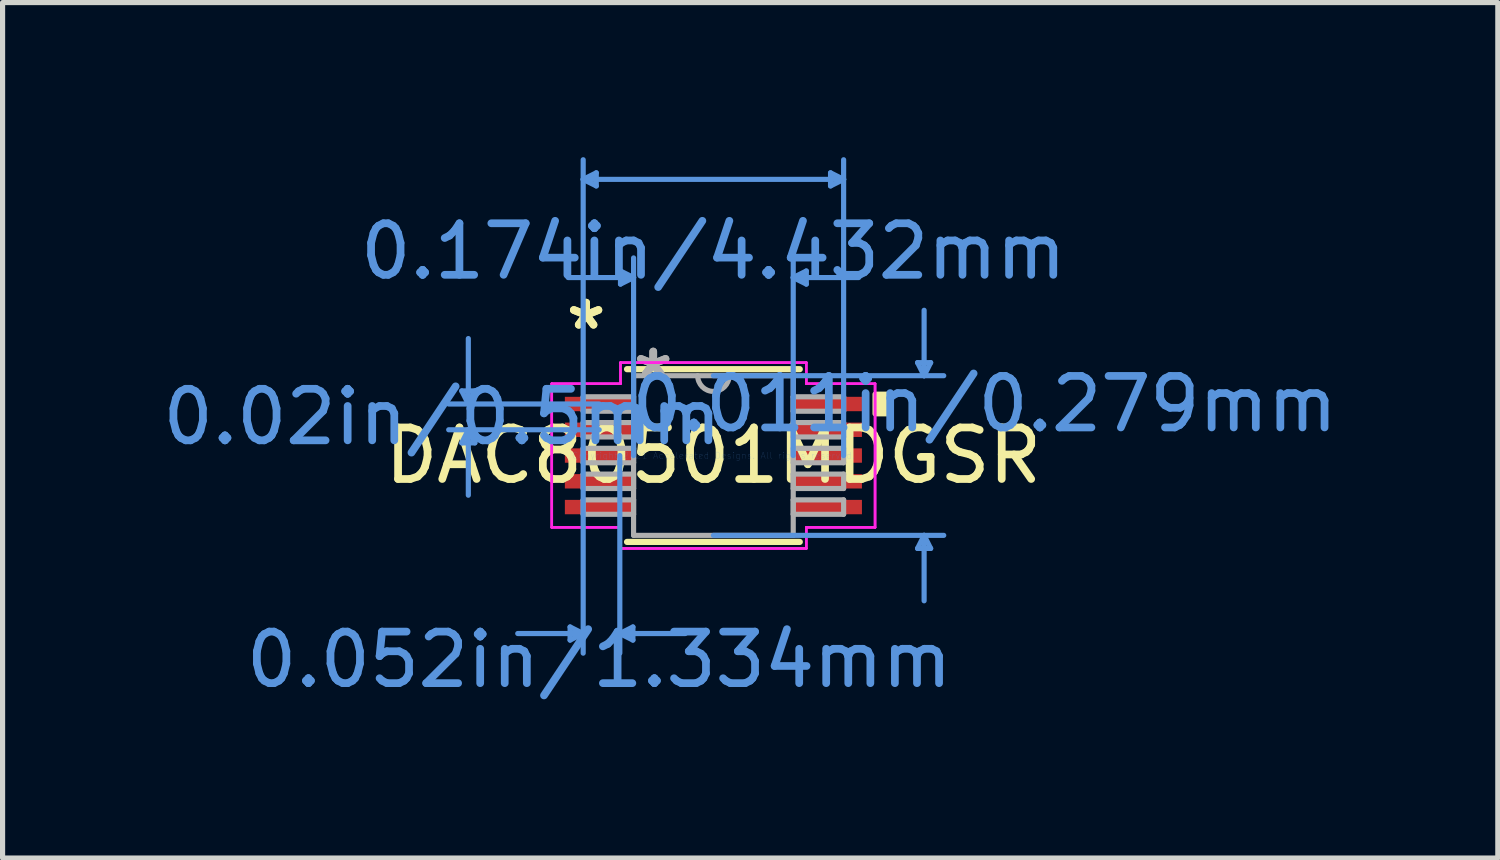
<source format=kicad_pcb>
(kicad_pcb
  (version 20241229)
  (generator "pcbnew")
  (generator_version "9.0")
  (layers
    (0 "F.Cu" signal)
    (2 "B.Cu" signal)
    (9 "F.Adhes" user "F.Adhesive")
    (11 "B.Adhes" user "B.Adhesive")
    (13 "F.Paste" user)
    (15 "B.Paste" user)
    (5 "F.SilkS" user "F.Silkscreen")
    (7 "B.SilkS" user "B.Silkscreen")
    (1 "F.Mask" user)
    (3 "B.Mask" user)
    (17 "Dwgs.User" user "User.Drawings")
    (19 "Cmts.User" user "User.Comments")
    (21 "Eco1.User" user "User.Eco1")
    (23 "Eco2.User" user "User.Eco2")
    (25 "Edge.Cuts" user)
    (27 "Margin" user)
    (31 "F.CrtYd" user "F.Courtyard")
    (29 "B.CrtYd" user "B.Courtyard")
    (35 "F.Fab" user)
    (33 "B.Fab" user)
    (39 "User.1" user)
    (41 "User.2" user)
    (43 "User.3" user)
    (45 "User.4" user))
  (footprint "DAC80501MDGSR"
    (layer "F.Cu")
    (at 10.794 5.79)
    (property "Reference" "DAC80501MDGSR" (at 0 0 0) (layer "F.SilkS") (effects (font (size 1 1) (thickness 0.15))))
    (attr through_hole)
    (fp_line (start -1.676 1.676) (end 1.676 1.676) (stroke (width 0.12) (type solid)) (layer "F.SilkS"))
    (fp_line (start 1.676 -1.676) (end -1.676 -1.676) (stroke (width 0.12) (type solid)) (layer "F.SilkS"))
    (fp_poly (pts (xy 3.391 -1.191) (xy 3.391 -0.81) (xy 3.137 -0.81) (xy 3.137 -1.191)) (stroke (width 0.1) (type solid)) (fill yes) (layer "F.SilkS"))
    (fp_line (start -4.883 -1.254) (end -4.629 -1.254) (stroke (width 0.1) (type solid)) (layer "Cmts.User"))
    (fp_line (start -4.883 -0.246) (end -4.629 -0.246) (stroke (width 0.1) (type solid)) (layer "Cmts.User"))
    (fp_line (start -4.756 -1) (end -4.883 -1.254) (stroke (width 0.1) (type solid)) (layer "Cmts.User"))
    (fp_line (start -4.756 -1) (end -4.756 -2.27) (stroke (width 0.1) (type solid)) (layer "Cmts.User"))
    (fp_line (start -4.756 -1) (end -4.629 -1.254) (stroke (width 0.1) (type solid)) (layer "Cmts.User"))
    (fp_line (start -4.756 -0.5) (end -4.883 -0.246) (stroke (width 0.1) (type solid)) (layer "Cmts.User"))
    (fp_line (start -4.756 -0.5) (end -4.756 0.77) (stroke (width 0.1) (type solid)) (layer "Cmts.User"))
    (fp_line (start -4.756 -0.5) (end -4.629 -0.246) (stroke (width 0.1) (type solid)) (layer "Cmts.User"))
    (fp_line (start -2.781 3.327) (end -2.781 3.581) (stroke (width 0.1) (type solid)) (layer "Cmts.User"))
    (fp_line (start -2.527 -5.359) (end -2.273 -5.486) (stroke (width 0.1) (type solid)) (layer "Cmts.User"))
    (fp_line (start -2.527 -5.359) (end -2.273 -5.232) (stroke (width 0.1) (type solid)) (layer "Cmts.User"))
    (fp_line (start -2.527 -5.359) (end 2.527 -5.359) (stroke (width 0.1) (type solid)) (layer "Cmts.User"))
    (fp_line (start -2.527 0) (end -2.527 -5.74) (stroke (width 0.1) (type solid)) (layer "Cmts.User"))
    (fp_line (start -2.527 0) (end -2.527 3.835) (stroke (width 0.1) (type solid)) (layer "Cmts.User"))
    (fp_line (start -2.527 3.454) (end -3.797 3.454) (stroke (width 0.1) (type solid)) (layer "Cmts.User"))
    (fp_line (start -2.527 3.454) (end -2.781 3.327) (stroke (width 0.1) (type solid)) (layer "Cmts.User"))
    (fp_line (start -2.527 3.454) (end -2.781 3.581) (stroke (width 0.1) (type solid)) (layer "Cmts.User"))
    (fp_line (start -2.273 -5.486) (end -2.273 -5.232) (stroke (width 0.1) (type solid)) (layer "Cmts.User"))
    (fp_line (start -2.216 -1) (end -5.137 -1) (stroke (width 0.1) (type solid)) (layer "Cmts.User"))
    (fp_line (start -2.216 -0.5) (end -5.137 -0.5) (stroke (width 0.1) (type solid)) (layer "Cmts.User"))
    (fp_line (start -1.816 0) (end -1.816 3.835) (stroke (width 0.1) (type solid)) (layer "Cmts.User"))
    (fp_line (start -1.816 3.454) (end -1.562 3.327) (stroke (width 0.1) (type solid)) (layer "Cmts.User"))
    (fp_line (start -1.816 3.454) (end -1.562 3.581) (stroke (width 0.1) (type solid)) (layer "Cmts.User"))
    (fp_line (start -1.816 3.454) (end -0.546 3.454) (stroke (width 0.1) (type solid)) (layer "Cmts.User"))
    (fp_line (start -1.803 -3.581) (end -1.803 -3.327) (stroke (width 0.1) (type solid)) (layer "Cmts.User"))
    (fp_line (start -1.562 3.327) (end -1.562 3.581) (stroke (width 0.1) (type solid)) (layer "Cmts.User"))
    (fp_line (start -1.549 -3.454) (end -2.819 -3.454) (stroke (width 0.1) (type solid)) (layer "Cmts.User"))
    (fp_line (start -1.549 -3.454) (end -1.803 -3.581) (stroke (width 0.1) (type solid)) (layer "Cmts.User"))
    (fp_line (start -1.549 -3.454) (end -1.803 -3.327) (stroke (width 0.1) (type solid)) (layer "Cmts.User"))
    (fp_line (start -1.549 0) (end -1.549 -3.835) (stroke (width 0.1) (type solid)) (layer "Cmts.User"))
    (fp_line (start 0 -1.549) (end 4.47 -1.549) (stroke (width 0.1) (type solid)) (layer "Cmts.User"))
    (fp_line (start 0 1.549) (end 4.47 1.549) (stroke (width 0.1) (type solid)) (layer "Cmts.User"))
    (fp_line (start 1.549 -3.454) (end 1.803 -3.581) (stroke (width 0.1) (type solid)) (layer "Cmts.User"))
    (fp_line (start 1.549 -3.454) (end 1.803 -3.327) (stroke (width 0.1) (type solid)) (layer "Cmts.User"))
    (fp_line (start 1.549 -3.454) (end 2.819 -3.454) (stroke (width 0.1) (type solid)) (layer "Cmts.User"))
    (fp_line (start 1.549 0) (end 1.549 -3.835) (stroke (width 0.1) (type solid)) (layer "Cmts.User"))
    (fp_line (start 1.803 -3.581) (end 1.803 -3.327) (stroke (width 0.1) (type solid)) (layer "Cmts.User"))
    (fp_line (start 2.273 -5.486) (end 2.273 -5.232) (stroke (width 0.1) (type solid)) (layer "Cmts.User"))
    (fp_line (start 2.527 -5.359) (end 2.273 -5.486) (stroke (width 0.1) (type solid)) (layer "Cmts.User"))
    (fp_line (start 2.527 -5.359) (end 2.273 -5.232) (stroke (width 0.1) (type solid)) (layer "Cmts.User"))
    (fp_line (start 2.527 0) (end 2.527 -5.74) (stroke (width 0.1) (type solid)) (layer "Cmts.User"))
    (fp_line (start 3.962 -1.803) (end 4.216 -1.803) (stroke (width 0.1) (type solid)) (layer "Cmts.User"))
    (fp_line (start 3.962 1.803) (end 4.216 1.803) (stroke (width 0.1) (type solid)) (layer "Cmts.User"))
    (fp_line (start 4.089 -1.549) (end 3.962 -1.803) (stroke (width 0.1) (type solid)) (layer "Cmts.User"))
    (fp_line (start 4.089 -1.549) (end 4.089 -2.819) (stroke (width 0.1) (type solid)) (layer "Cmts.User"))
    (fp_line (start 4.089 -1.549) (end 4.216 -1.803) (stroke (width 0.1) (type solid)) (layer "Cmts.User"))
    (fp_line (start 4.089 1.549) (end 3.962 1.803) (stroke (width 0.1) (type solid)) (layer "Cmts.User"))
    (fp_line (start 4.089 1.549) (end 4.089 2.819) (stroke (width 0.1) (type solid)) (layer "Cmts.User"))
    (fp_line (start 4.089 1.549) (end 4.216 1.803) (stroke (width 0.1) (type solid)) (layer "Cmts.User"))
    (fp_line (start -3.137 -1.394) (end -1.803 -1.394) (stroke (width 0.05) (type solid)) (layer "F.CrtYd"))
    (fp_line (start -3.137 -1.394) (end -1.803 -1.394) (stroke (width 0.05) (type solid)) (layer "F.CrtYd"))
    (fp_line (start -3.137 1.394) (end -3.137 -1.394) (stroke (width 0.05) (type solid)) (layer "F.CrtYd"))
    (fp_line (start -3.137 1.394) (end -3.137 -1.394) (stroke (width 0.05) (type solid)) (layer "F.CrtYd"))
    (fp_line (start -3.137 1.394) (end -1.803 1.394) (stroke (width 0.05) (type solid)) (layer "F.CrtYd"))
    (fp_line (start -1.803 -1.803) (end 1.803 -1.803) (stroke (width 0.05) (type solid)) (layer "F.CrtYd"))
    (fp_line (start -1.803 -1.803) (end 1.803 -1.803) (stroke (width 0.05) (type solid)) (layer "F.CrtYd"))
    (fp_line (start -1.803 -1.394) (end -1.803 -1.803) (stroke (width 0.05) (type solid)) (layer "F.CrtYd"))
    (fp_line (start -1.803 -1.394) (end -1.803 -1.803) (stroke (width 0.05) (type solid)) (layer "F.CrtYd"))
    (fp_line (start -1.803 1.394) (end -3.137 1.394) (stroke (width 0.05) (type solid)) (layer "F.CrtYd"))
    (fp_line (start -1.803 1.803) (end -1.803 1.394) (stroke (width 0.05) (type solid)) (layer "F.CrtYd"))
    (fp_line (start -1.803 1.803) (end -1.803 1.394) (stroke (width 0.05) (type solid)) (layer "F.CrtYd"))
    (fp_line (start 1.803 -1.803) (end 1.803 -1.394) (stroke (width 0.05) (type solid)) (layer "F.CrtYd"))
    (fp_line (start 1.803 -1.803) (end 1.803 -1.394) (stroke (width 0.05) (type solid)) (layer "F.CrtYd"))
    (fp_line (start 1.803 -1.394) (end 3.137 -1.394) (stroke (width 0.05) (type solid)) (layer "F.CrtYd"))
    (fp_line (start 1.803 1.394) (end 1.803 1.803) (stroke (width 0.05) (type solid)) (layer "F.CrtYd"))
    (fp_line (start 1.803 1.394) (end 1.803 1.803) (stroke (width 0.05) (type solid)) (layer "F.CrtYd"))
    (fp_line (start 1.803 1.803) (end -1.803 1.803) (stroke (width 0.05) (type solid)) (layer "F.CrtYd"))
    (fp_line (start 1.803 1.803) (end -1.803 1.803) (stroke (width 0.05) (type solid)) (layer "F.CrtYd"))
    (fp_line (start 3.137 -1.394) (end 1.803 -1.394) (stroke (width 0.05) (type solid)) (layer "F.CrtYd"))
    (fp_line (start 3.137 -1.394) (end 3.137 1.394) (stroke (width 0.05) (type solid)) (layer "F.CrtYd"))
    (fp_line (start 3.137 -1.394) (end 3.137 1.394) (stroke (width 0.05) (type solid)) (layer "F.CrtYd"))
    (fp_line (start 3.137 1.394) (end 1.803 1.394) (stroke (width 0.05) (type solid)) (layer "F.CrtYd"))
    (fp_line (start 3.137 1.394) (end 1.803 1.394) (stroke (width 0.05) (type solid)) (layer "F.CrtYd"))
    (fp_line (start -2.527 -1.14) (end -2.527 -0.86) (stroke (width 0.1) (type solid)) (layer "F.Fab"))
    (fp_line (start -2.527 -0.86) (end -1.549 -0.86) (stroke (width 0.1) (type solid)) (layer "F.Fab"))
    (fp_line (start -2.527 -0.64) (end -2.527 -0.36) (stroke (width 0.1) (type solid)) (layer "F.Fab"))
    (fp_line (start -2.527 -0.36) (end -1.549 -0.36) (stroke (width 0.1) (type solid)) (layer "F.Fab"))
    (fp_line (start -2.527 -0.14) (end -2.527 0.14) (stroke (width 0.1) (type solid)) (layer "F.Fab"))
    (fp_line (start -2.527 0.14) (end -1.549 0.14) (stroke (width 0.1) (type solid)) (layer "F.Fab"))
    (fp_line (start -2.527 0.36) (end -2.527 0.64) (stroke (width 0.1) (type solid)) (layer "F.Fab"))
    (fp_line (start -2.527 0.64) (end -1.549 0.64) (stroke (width 0.1) (type solid)) (layer "F.Fab"))
    (fp_line (start -2.527 0.86) (end -2.527 1.14) (stroke (width 0.1) (type solid)) (layer "F.Fab"))
    (fp_line (start -2.527 1.14) (end -1.549 1.14) (stroke (width 0.1) (type solid)) (layer "F.Fab"))
    (fp_line (start -1.549 -1.549) (end -1.549 1.549) (stroke (width 0.1) (type solid)) (layer "F.Fab"))
    (fp_line (start -1.549 -1.14) (end -2.527 -1.14) (stroke (width 0.1) (type solid)) (layer "F.Fab"))
    (fp_line (start -1.549 -0.86) (end -1.549 -1.14) (stroke (width 0.1) (type solid)) (layer "F.Fab"))
    (fp_line (start -1.549 -0.64) (end -2.527 -0.64) (stroke (width 0.1) (type solid)) (layer "F.Fab"))
    (fp_line (start -1.549 -0.36) (end -1.549 -0.64) (stroke (width 0.1) (type solid)) (layer "F.Fab"))
    (fp_line (start -1.549 -0.14) (end -2.527 -0.14) (stroke (width 0.1) (type solid)) (layer "F.Fab"))
    (fp_line (start -1.549 0.14) (end -1.549 -0.14) (stroke (width 0.1) (type solid)) (layer "F.Fab"))
    (fp_line (start -1.549 0.36) (end -2.527 0.36) (stroke (width 0.1) (type solid)) (layer "F.Fab"))
    (fp_line (start -1.549 0.64) (end -1.549 0.36) (stroke (width 0.1) (type solid)) (layer "F.Fab"))
    (fp_line (start -1.549 0.86) (end -2.527 0.86) (stroke (width 0.1) (type solid)) (layer "F.Fab"))
    (fp_line (start -1.549 1.14) (end -1.549 0.86) (stroke (width 0.1) (type solid)) (layer "F.Fab"))
    (fp_line (start -1.549 1.549) (end 1.549 1.549) (stroke (width 0.1) (type solid)) (layer "F.Fab"))
    (fp_line (start 1.549 -1.549) (end -1.549 -1.549) (stroke (width 0.1) (type solid)) (layer "F.Fab"))
    (fp_line (start 1.549 -1.14) (end 1.549 -0.86) (stroke (width 0.1) (type solid)) (layer "F.Fab"))
    (fp_line (start 1.549 -0.86) (end 2.527 -0.86) (stroke (width 0.1) (type solid)) (layer "F.Fab"))
    (fp_line (start 1.549 -0.64) (end 1.549 -0.36) (stroke (width 0.1) (type solid)) (layer "F.Fab"))
    (fp_line (start 1.549 -0.36) (end 2.527 -0.36) (stroke (width 0.1) (type solid)) (layer "F.Fab"))
    (fp_line (start 1.549 -0.14) (end 1.549 0.14) (stroke (width 0.1) (type solid)) (layer "F.Fab"))
    (fp_line (start 1.549 0.14) (end 2.527 0.14) (stroke (width 0.1) (type solid)) (layer "F.Fab"))
    (fp_line (start 1.549 0.36) (end 1.549 0.64) (stroke (width 0.1) (type solid)) (layer "F.Fab"))
    (fp_line (start 1.549 0.64) (end 2.527 0.64) (stroke (width 0.1) (type solid)) (layer "F.Fab"))
    (fp_line (start 1.549 0.86) (end 1.549 1.14) (stroke (width 0.1) (type solid)) (layer "F.Fab"))
    (fp_line (start 1.549 1.14) (end 2.527 1.14) (stroke (width 0.1) (type solid)) (layer "F.Fab"))
    (fp_line (start 1.549 1.549) (end 1.549 -1.549) (stroke (width 0.1) (type solid)) (layer "F.Fab"))
    (fp_line (start 2.527 -1.14) (end 1.549 -1.14) (stroke (width 0.1) (type solid)) (layer "F.Fab"))
    (fp_line (start 2.527 -0.86) (end 2.527 -1.14) (stroke (width 0.1) (type solid)) (layer "F.Fab"))
    (fp_line (start 2.527 -0.64) (end 1.549 -0.64) (stroke (width 0.1) (type solid)) (layer "F.Fab"))
    (fp_line (start 2.527 -0.36) (end 2.527 -0.64) (stroke (width 0.1) (type solid)) (layer "F.Fab"))
    (fp_line (start 2.527 -0.14) (end 1.549 -0.14) (stroke (width 0.1) (type solid)) (layer "F.Fab"))
    (fp_line (start 2.527 0.14) (end 2.527 -0.14) (stroke (width 0.1) (type solid)) (layer "F.Fab"))
    (fp_line (start 2.527 0.36) (end 1.549 0.36) (stroke (width 0.1) (type solid)) (layer "F.Fab"))
    (fp_line (start 2.527 0.64) (end 2.527 0.36) (stroke (width 0.1) (type solid)) (layer "F.Fab"))
    (fp_line (start 2.527 0.86) (end 1.549 0.86) (stroke (width 0.1) (type solid)) (layer "F.Fab"))
    (fp_line (start 2.527 1.14) (end 2.527 0.86) (stroke (width 0.1) (type solid)) (layer "F.Fab"))
    (fp_arc (start 0.3048 -1.5494) (mid 0 -1.2446) (end -0.3048 -1.5494) (stroke (width 0.1) (type solid)) (layer "F.Fab"))
    (fp_text user "*" (at -2.47 -2.422 0) (layer "F.SilkS") (effects (font (size 1 1) (thickness 0.15))))
    (fp_text user "*" (at -2.47 -2.422 0) (layer "F.SilkS") (effects (font (size 1 1) (thickness 0.15))))
    (fp_text user "Copyright 2021 Accelerated Designs. All rights reserved." (at 0 0 0) (layer "Cmts.User") (effects (font (size 0.127 0.127) (thickness 0.002))))
    (fp_text user "0.052in/1.334mm" (at -2.216 3.962 0) (layer "Cmts.User") (effects (font (size 1 1) (thickness 0.15))))
    (fp_text user "0.02in/0.5mm" (at -5.264 -0.75 0) (layer "Cmts.User") (effects (font (size 1 1) (thickness 0.15))))
    (fp_text user "0.011in/0.279mm" (at 5.264 -1 0) (layer "Cmts.User") (effects (font (size 1 1) (thickness 0.15))))
    (fp_text user "0.174in/4.432mm" (at 0 -3.962 0) (layer "Cmts.User") (effects (font (size 1 1) (thickness 0.15))))
    (fp_text user "*" (at -1.168 -1.473 0) (layer "F.Fab") (effects (font (size 1 1) (thickness 0.15))))
    (fp_text user "*" (at -1.168 -1.473 0) (layer "F.Fab") (effects (font (size 1 1) (thickness 0.15))))
    (pad "1" smd rect (at -2.216 -1) (size 1.333 0.279) (layers "F.Cu" "F.Mask" "F.Paste"))
    (pad "2" smd rect (at -2.216 -0.5) (size 1.333 0.279) (layers "F.Cu" "F.Mask" "F.Paste"))
    (pad "3" smd rect (at -2.216 0) (size 1.333 0.279) (layers "F.Cu" "F.Mask" "F.Paste"))
    (pad "4" smd rect (at -2.216 0.5) (size 1.333 0.279) (layers "F.Cu" "F.Mask" "F.Paste"))
    (pad "5" smd rect (at -2.216 1) (size 1.333 0.279) (layers "F.Cu" "F.Mask" "F.Paste"))
    (pad "6" smd rect (at 2.216 1) (size 1.333 0.279) (layers "F.Cu" "F.Mask" "F.Paste"))
    (pad "7" smd rect (at 2.216 0.5) (size 1.333 0.279) (layers "F.Cu" "F.Mask" "F.Paste"))
    (pad "8" smd rect (at 2.216 0) (size 1.333 0.279) (layers "F.Cu" "F.Mask" "F.Paste"))
    (pad "9" smd rect (at 2.216 -0.5) (size 1.333 0.279) (layers "F.Cu" "F.Mask" "F.Paste"))
    (pad "10" smd rect (at 2.216 -1) (size 1.333 0.279) (layers "F.Cu" "F.Mask" "F.Paste")))
  (gr_rect
    (start -3 -3)
    (end 26.016 13.601)
    (stroke (width 0.1) (type default))
    (fill no)
    (layer "Edge.Cuts")))
</source>
